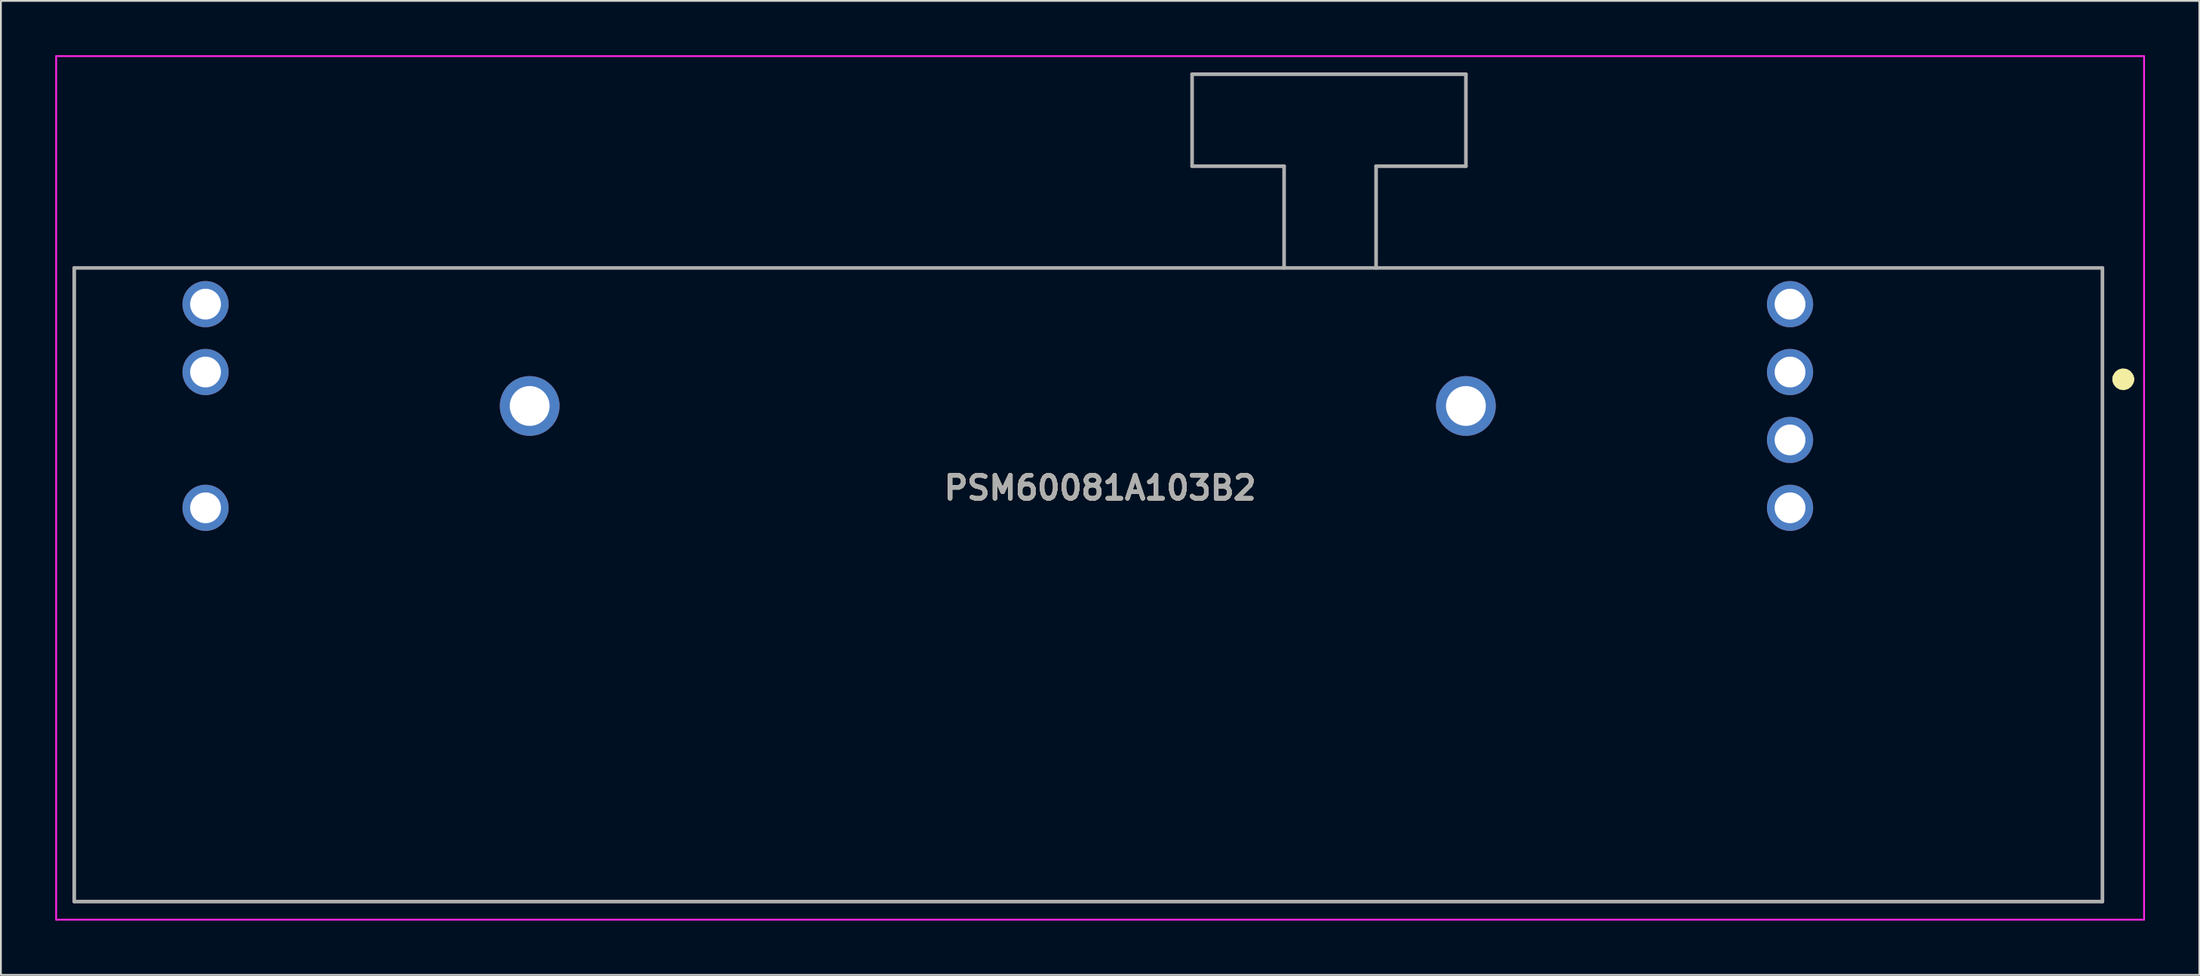
<source format=kicad_pcb>
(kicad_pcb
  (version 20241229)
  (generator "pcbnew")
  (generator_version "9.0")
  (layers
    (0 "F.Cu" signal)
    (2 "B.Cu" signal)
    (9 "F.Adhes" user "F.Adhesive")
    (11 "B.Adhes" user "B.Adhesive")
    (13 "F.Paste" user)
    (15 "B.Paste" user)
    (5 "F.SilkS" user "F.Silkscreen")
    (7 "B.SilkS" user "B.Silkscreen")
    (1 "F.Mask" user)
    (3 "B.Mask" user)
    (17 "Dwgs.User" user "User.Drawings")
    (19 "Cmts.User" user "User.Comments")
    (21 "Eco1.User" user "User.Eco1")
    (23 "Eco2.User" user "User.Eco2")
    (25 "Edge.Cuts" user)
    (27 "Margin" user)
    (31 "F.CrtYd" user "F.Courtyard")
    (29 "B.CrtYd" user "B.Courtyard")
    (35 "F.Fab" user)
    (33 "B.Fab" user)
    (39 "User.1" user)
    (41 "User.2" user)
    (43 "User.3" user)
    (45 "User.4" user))
  (footprint "PSM60081A103B2"
    (layer "F.Cu")
    (at 95.8 17.5)
    (property "Reference" "PSM60081A103B2" (at -38.1 6.4 0) (layer "F.SilkS") (effects (font (size 1.27 1.27) (thickness 0.254))))
    (attr through_hole)
    (fp_line (start -94.75 -5.75) (end 17.25 -5.75) (stroke (width 0.1) (type solid)) (layer "F.SilkS"))
    (fp_line (start -94.75 29.25) (end -94.75 -5.75) (stroke (width 0.1) (type solid)) (layer "F.SilkS"))
    (fp_line (start -33.02 -16.45) (end -33.02 -16.45) (stroke (width 0.1) (type solid)) (layer "F.SilkS"))
    (fp_line (start -33.02 -16.45) (end -17.9 -16.45) (stroke (width 0.1) (type solid)) (layer "F.SilkS"))
    (fp_line (start -33.02 -11.38) (end -33.02 -16.45) (stroke (width 0.1) (type solid)) (layer "F.SilkS"))
    (fp_line (start -27.94 -11.38) (end -33.02 -11.38) (stroke (width 0.1) (type solid)) (layer "F.SilkS"))
    (fp_line (start -27.94 -5.75) (end -27.94 -11.38) (stroke (width 0.1) (type solid)) (layer "F.SilkS"))
    (fp_line (start -22.86 -11.37) (end -22.86 -5.75) (stroke (width 0.1) (type solid)) (layer "F.SilkS"))
    (fp_line (start -17.9 -16.45) (end -17.9 -11.37) (stroke (width 0.1) (type solid)) (layer "F.SilkS"))
    (fp_line (start -17.9 -11.37) (end -22.86 -11.37) (stroke (width 0.1) (type solid)) (layer "F.SilkS"))
    (fp_line (start 17.25 -5.75) (end 17.25 29.25) (stroke (width 0.1) (type solid)) (layer "F.SilkS"))
    (fp_line (start 17.25 29.25) (end -94.75 29.25) (stroke (width 0.1) (type solid)) (layer "F.SilkS"))
    (fp_line (start 18.25 0.4) (end 18.25 0.4) (stroke (width 0.9) (type solid)) (layer "F.SilkS"))
    (fp_line (start 18.55 0.4) (end 18.55 0.4) (stroke (width 0.9) (type solid)) (layer "F.SilkS"))
    (fp_arc (start 18.25 0.4) (mid 18.4 0.25) (end 18.55 0.4) (stroke (width 0.9) (type solid)) (layer "F.SilkS"))
    (fp_arc (start 18.55 0.4) (mid 18.4 0.55) (end 18.25 0.4) (stroke (width 0.9) (type solid)) (layer "F.SilkS"))
    (fp_line (start -95.75 -17.45) (end 19.55 -17.45) (stroke (width 0.1) (type solid)) (layer "F.CrtYd"))
    (fp_line (start -95.75 30.25) (end -95.75 -17.45) (stroke (width 0.1) (type solid)) (layer "F.CrtYd"))
    (fp_line (start 19.55 -17.45) (end 19.55 30.25) (stroke (width 0.1) (type solid)) (layer "F.CrtYd"))
    (fp_line (start 19.55 30.25) (end -95.75 30.25) (stroke (width 0.1) (type solid)) (layer "F.CrtYd"))
    (fp_line (start -94.75 -5.75) (end 17.25 -5.75) (stroke (width 0.2) (type solid)) (layer "F.Fab"))
    (fp_line (start -94.75 29.25) (end -94.75 -5.75) (stroke (width 0.2) (type solid)) (layer "F.Fab"))
    (fp_line (start -33.02 -16.45) (end -17.9 -16.45) (stroke (width 0.2) (type solid)) (layer "F.Fab"))
    (fp_line (start -33.02 -11.37) (end -33.02 -16.45) (stroke (width 0.2) (type solid)) (layer "F.Fab"))
    (fp_line (start -27.94 -11.37) (end -33.02 -11.37) (stroke (width 0.2) (type solid)) (layer "F.Fab"))
    (fp_line (start -27.94 -5.75) (end -27.94 -11.37) (stroke (width 0.2) (type solid)) (layer "F.Fab"))
    (fp_line (start -22.86 -11.37) (end -22.86 -5.75) (stroke (width 0.2) (type solid)) (layer "F.Fab"))
    (fp_line (start -17.9 -16.45) (end -17.9 -11.37) (stroke (width 0.2) (type solid)) (layer "F.Fab"))
    (fp_line (start -17.9 -11.37) (end -22.86 -11.37) (stroke (width 0.2) (type solid)) (layer "F.Fab"))
    (fp_line (start 17.25 -5.75) (end 17.25 29.25) (stroke (width 0.2) (type solid)) (layer "F.Fab"))
    (fp_line (start 17.25 29.25) (end -94.75 29.25) (stroke (width 0.2) (type solid)) (layer "F.Fab"))
    (fp_text user "${REFERENCE}" (at -38.1 6.4 0) (layer "F.Fab") (effects (font (size 1.27 1.27) (thickness 0.254))))
    (pad "A1" thru_hole circle (at 0 0) (size 2.55 2.55) (drill 1.7) (layers "*.Cu" "*.Mask"))
    (pad "A2" thru_hole circle (at 0 -3.75) (size 2.55 2.55) (drill 1.7) (layers "*.Cu" "*.Mask"))
    (pad "A3" thru_hole circle (at -87.5 -3.75) (size 2.55 2.55) (drill 1.7) (layers "*.Cu" "*.Mask"))
    (pad "B1" thru_hole circle (at 0 3.75) (size 2.55 2.55) (drill 1.7) (layers "*.Cu" "*.Mask"))
    (pad "B2" thru_hole circle (at 0 7.5) (size 2.55 2.55) (drill 1.7) (layers "*.Cu" "*.Mask"))
    (pad "B3" thru_hole circle (at -87.5 7.5) (size 2.55 2.55) (drill 1.7) (layers "*.Cu" "*.Mask"))
    (pad "M1" thru_hole circle (at -69.6 1.875) (size 3.3 3.3) (drill 2.2) (layers "*.Cu" "*.Mask"))
    (pad "M2" thru_hole circle (at -17.9 1.875) (size 3.3 3.3) (drill 2.2) (layers "*.Cu" "*.Mask"))
    (pad "T1" thru_hole circle (at -87.5 0) (size 2.55 2.55) (drill 1.7) (layers "*.Cu" "*.Mask")))
  (gr_rect
    (start -3 -3)
    (end 118.4 50.8)
    (stroke (width 0.1) (type default))
    (fill no)
    (layer "Edge.Cuts")))
</source>
